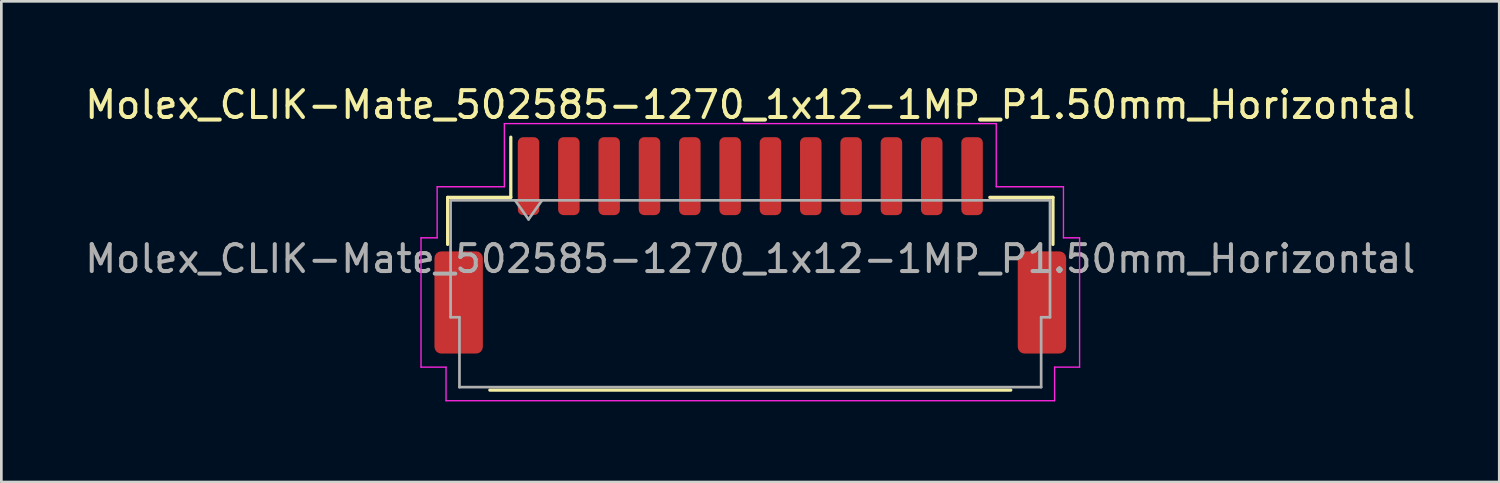
<source format=kicad_pcb>
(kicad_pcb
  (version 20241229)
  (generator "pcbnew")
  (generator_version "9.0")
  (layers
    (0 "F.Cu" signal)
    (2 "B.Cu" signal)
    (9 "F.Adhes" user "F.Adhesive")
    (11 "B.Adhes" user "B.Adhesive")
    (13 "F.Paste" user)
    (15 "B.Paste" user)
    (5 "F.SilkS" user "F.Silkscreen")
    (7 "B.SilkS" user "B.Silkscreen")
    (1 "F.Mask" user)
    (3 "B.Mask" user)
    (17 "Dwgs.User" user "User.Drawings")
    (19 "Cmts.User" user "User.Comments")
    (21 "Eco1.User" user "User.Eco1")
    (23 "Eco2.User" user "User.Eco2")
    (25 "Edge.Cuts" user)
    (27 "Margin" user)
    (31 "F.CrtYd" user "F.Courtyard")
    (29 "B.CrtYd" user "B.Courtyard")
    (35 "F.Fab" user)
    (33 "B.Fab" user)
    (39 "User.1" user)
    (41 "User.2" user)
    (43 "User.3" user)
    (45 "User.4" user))
  (footprint "Molex_CLIK-Mate_502585-1270_1x12-1MP_P1.50mm_Horizontal"
    (layer "F.Cu")
    (at 24.863 6.078)
    (property "Reference" "Molex_CLIK-Mate_502585-1270_1x12-1MP_P1.50mm_Horizontal" (at 0 -5.23 0) (layer "F.SilkS") (effects (font (size 1 1) (thickness 0.15))))
    (attr smd)
    (fp_line (start -11.26 -1.785) (end -8.91 -1.785) (stroke (width 0.12) (type solid)) (layer "F.SilkS"))
    (fp_line (start -11.26 -0.035) (end -11.26 -1.785) (stroke (width 0.12) (type solid)) (layer "F.SilkS"))
    (fp_line (start -9.69 5.385) (end 9.69 5.385) (stroke (width 0.12) (type solid)) (layer "F.SilkS"))
    (fp_line (start -8.91 -1.785) (end -8.91 -4.025) (stroke (width 0.12) (type solid)) (layer "F.SilkS"))
    (fp_line (start 11.26 -1.785) (end 8.91 -1.785) (stroke (width 0.12) (type solid)) (layer "F.SilkS"))
    (fp_line (start 11.26 -0.035) (end 11.26 -1.785) (stroke (width 0.12) (type solid)) (layer "F.SilkS"))
    (fp_line (start -12.25 -0.28) (end -11.65 -0.28) (stroke (width 0.05) (type solid)) (layer "F.CrtYd"))
    (fp_line (start -12.25 4.53) (end -12.25 -0.28) (stroke (width 0.05) (type solid)) (layer "F.CrtYd"))
    (fp_line (start -11.65 -2.18) (end -9.15 -2.18) (stroke (width 0.05) (type solid)) (layer "F.CrtYd"))
    (fp_line (start -11.65 -0.28) (end -11.65 -2.18) (stroke (width 0.05) (type solid)) (layer "F.CrtYd"))
    (fp_line (start -11.32 4.53) (end -12.25 4.53) (stroke (width 0.05) (type solid)) (layer "F.CrtYd"))
    (fp_line (start -11.32 5.78) (end -11.32 4.53) (stroke (width 0.05) (type solid)) (layer "F.CrtYd"))
    (fp_line (start -9.15 -4.53) (end 9.15 -4.53) (stroke (width 0.05) (type solid)) (layer "F.CrtYd"))
    (fp_line (start -9.15 -2.18) (end -9.15 -4.53) (stroke (width 0.05) (type solid)) (layer "F.CrtYd"))
    (fp_line (start 9.15 -4.53) (end 9.15 -2.18) (stroke (width 0.05) (type solid)) (layer "F.CrtYd"))
    (fp_line (start 9.15 -2.18) (end 11.65 -2.18) (stroke (width 0.05) (type solid)) (layer "F.CrtYd"))
    (fp_line (start 11.32 4.53) (end 11.32 5.78) (stroke (width 0.05) (type solid)) (layer "F.CrtYd"))
    (fp_line (start 11.32 5.78) (end -11.32 5.78) (stroke (width 0.05) (type solid)) (layer "F.CrtYd"))
    (fp_line (start 11.65 -2.18) (end 11.65 -0.28) (stroke (width 0.05) (type solid)) (layer "F.CrtYd"))
    (fp_line (start 11.65 -0.28) (end 12.25 -0.28) (stroke (width 0.05) (type solid)) (layer "F.CrtYd"))
    (fp_line (start 12.25 -0.28) (end 12.25 4.53) (stroke (width 0.05) (type solid)) (layer "F.CrtYd"))
    (fp_line (start 12.25 4.53) (end 11.32 4.53) (stroke (width 0.05) (type solid)) (layer "F.CrtYd"))
    (fp_line (start -11.15 -1.675) (end -11.15 2.675) (stroke (width 0.1) (type solid)) (layer "F.Fab"))
    (fp_line (start -11.15 -1.675) (end 11.15 -1.675) (stroke (width 0.1) (type solid)) (layer "F.Fab"))
    (fp_line (start -11.15 2.675) (end -10.82 2.675) (stroke (width 0.1) (type solid)) (layer "F.Fab"))
    (fp_line (start -10.82 2.675) (end -10.82 5.275) (stroke (width 0.1) (type solid)) (layer "F.Fab"))
    (fp_line (start -10.82 5.275) (end 10.82 5.275) (stroke (width 0.1) (type solid)) (layer "F.Fab"))
    (fp_line (start -8.75 -1.675) (end -8.25 -0.968) (stroke (width 0.1) (type solid)) (layer "F.Fab"))
    (fp_line (start -8.25 -0.968) (end -7.75 -1.675) (stroke (width 0.1) (type solid)) (layer "F.Fab"))
    (fp_line (start 10.82 2.675) (end 11.15 2.675) (stroke (width 0.1) (type solid)) (layer "F.Fab"))
    (fp_line (start 10.82 5.275) (end 10.82 2.675) (stroke (width 0.1) (type solid)) (layer "F.Fab"))
    (fp_line (start 11.15 -1.675) (end 11.15 2.675) (stroke (width 0.1) (type solid)) (layer "F.Fab"))
    (fp_text user "${REFERENCE}" (at 0 0.5 0) (layer "F.Fab") (effects (font (size 1 1) (thickness 0.15))))
    (pad "1" smd roundrect (at -8.25 -2.575) (size 0.8 2.9) (layers "F.Cu" "F.Mask" "F.Paste") (roundrect_rratio 0.25))
    (pad "2" smd roundrect (at -6.75 -2.575) (size 0.8 2.9) (layers "F.Cu" "F.Mask" "F.Paste") (roundrect_rratio 0.25))
    (pad "3" smd roundrect (at -5.25 -2.575) (size 0.8 2.9) (layers "F.Cu" "F.Mask" "F.Paste") (roundrect_rratio 0.25))
    (pad "4" smd roundrect (at -3.75 -2.575) (size 0.8 2.9) (layers "F.Cu" "F.Mask" "F.Paste") (roundrect_rratio 0.25))
    (pad "5" smd roundrect (at -2.25 -2.575) (size 0.8 2.9) (layers "F.Cu" "F.Mask" "F.Paste") (roundrect_rratio 0.25))
    (pad "6" smd roundrect (at -0.75 -2.575) (size 0.8 2.9) (layers "F.Cu" "F.Mask" "F.Paste") (roundrect_rratio 0.25))
    (pad "7" smd roundrect (at 0.75 -2.575) (size 0.8 2.9) (layers "F.Cu" "F.Mask" "F.Paste") (roundrect_rratio 0.25))
    (pad "8" smd roundrect (at 2.25 -2.575) (size 0.8 2.9) (layers "F.Cu" "F.Mask" "F.Paste") (roundrect_rratio 0.25))
    (pad "9" smd roundrect (at 3.75 -2.575) (size 0.8 2.9) (layers "F.Cu" "F.Mask" "F.Paste") (roundrect_rratio 0.25))
    (pad "10" smd roundrect (at 5.25 -2.575) (size 0.8 2.9) (layers "F.Cu" "F.Mask" "F.Paste") (roundrect_rratio 0.25))
    (pad "11" smd roundrect (at 6.75 -2.575) (size 0.8 2.9) (layers "F.Cu" "F.Mask" "F.Paste") (roundrect_rratio 0.25))
    (pad "12" smd roundrect (at 8.25 -2.575) (size 0.8 2.9) (layers "F.Cu" "F.Mask" "F.Paste") (roundrect_rratio 0.25))
    (pad "MP" smd roundrect (at -10.85 2.125) (size 1.8 3.8) (layers "F.Cu" "F.Mask" "F.Paste") (roundrect_rratio 0.139))
    (pad "MP" smd roundrect (at 10.85 2.125) (size 1.8 3.8) (layers "F.Cu" "F.Mask" "F.Paste") (roundrect_rratio 0.139)))
  (gr_rect
    (start -3 -3)
    (end 52.726 14.883)
    (stroke (width 0.1) (type default))
    (fill no)
    (layer "Edge.Cuts")))
</source>
